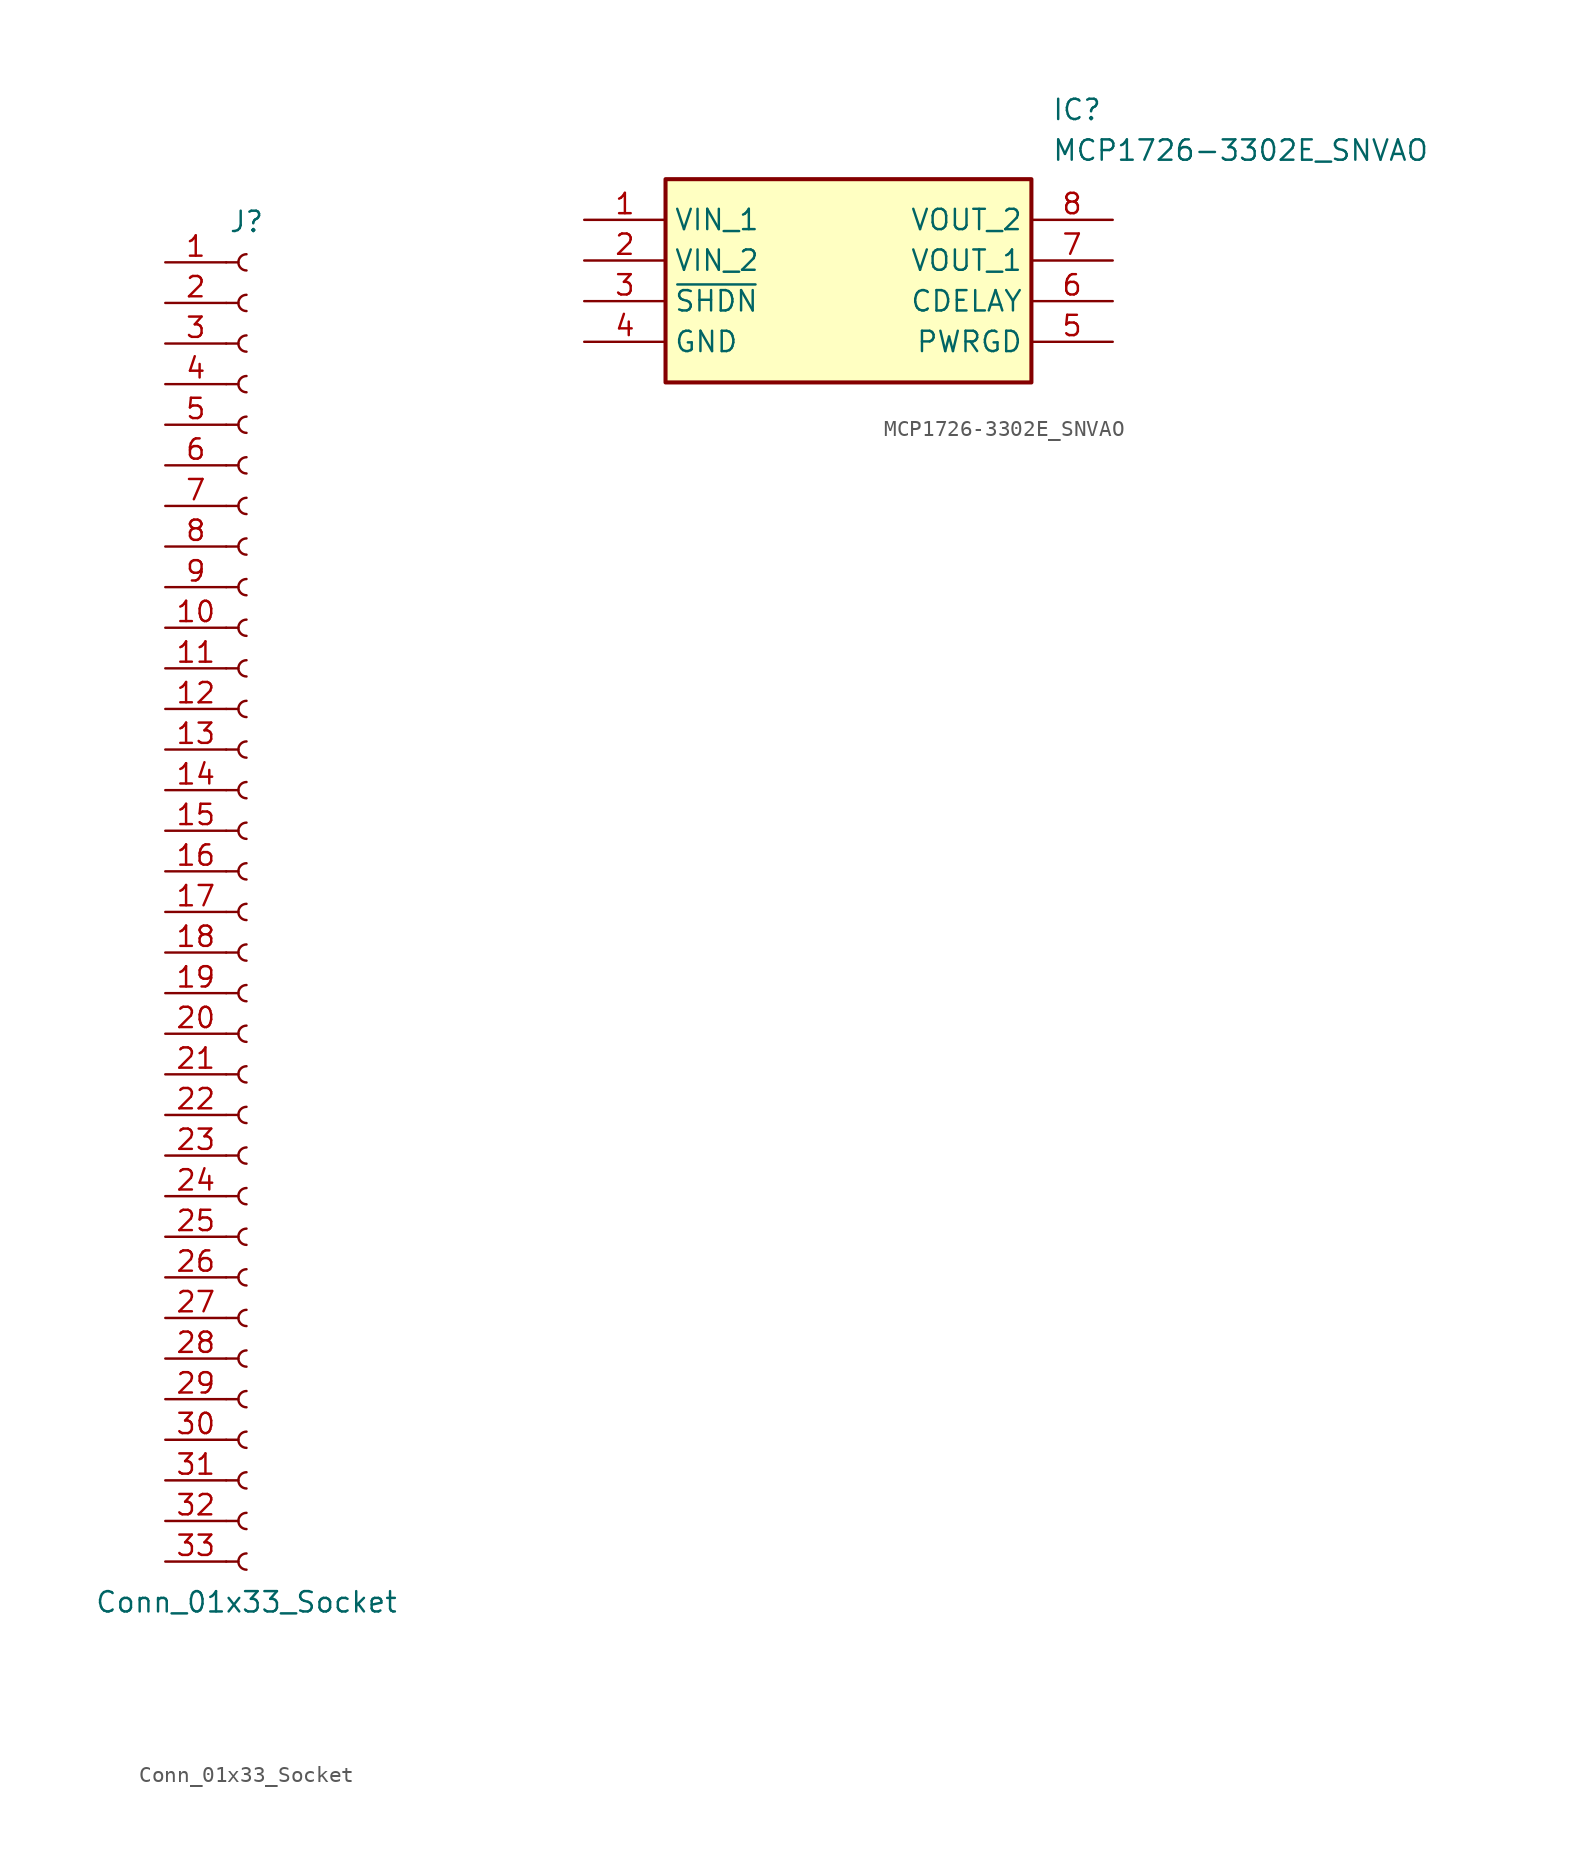
<source format=kicad_sym>
(kicad_symbol_lib
  (version 20231120)
  (generator "kicad_symbol_editor")
  (generator_version "8.0")
  (symbol "Conn_01x33_Socket"
    (pin_names
      (offset 1.016) hide)
    (property "Reference" "J"
      (at 0 43.18 0)
      (effects (font (size 1.27 1.27))))
    (property "Value" "Conn_01x33_Socket"
      (at 0 -43.18 0)
      (effects (font (size 1.27 1.27))))
    (property "ki_locked" ""
      (at 0 0 0)
      (effects (font (size 1.27 1.27))))
    (symbol "Conn_01x33_Socket_1_1"
      (arc (start 0 -40.132) (mid -0.5058 -40.64) (end 0 -41.148) (stroke (width 0.1524) (type default)) (fill (type none)))
      (arc (start 0 -37.592) (mid -0.5058 -38.1) (end 0 -38.608) (stroke (width 0.1524) (type default)) (fill (type none)))
      (arc (start 0 -35.052) (mid -0.5058 -35.56) (end 0 -36.068) (stroke (width 0.1524) (type default)) (fill (type none)))
      (arc (start 0 -32.512) (mid -0.5058 -33.02) (end 0 -33.528) (stroke (width 0.1524) (type default)) (fill (type none)))
      (arc (start 0 -29.972) (mid -0.5058 -30.48) (end 0 -30.988) (stroke (width 0.1524) (type default)) (fill (type none)))
      (arc (start 0 -27.432) (mid -0.5058 -27.94) (end 0 -28.448) (stroke (width 0.1524) (type default)) (fill (type none)))
      (arc (start 0 -24.892) (mid -0.5058 -25.4) (end 0 -25.908) (stroke (width 0.1524) (type default)) (fill (type none)))
      (arc (start 0 -22.352) (mid -0.5058 -22.86) (end 0 -23.368) (stroke (width 0.1524) (type default)) (fill (type none)))
      (arc (start 0 -19.812) (mid -0.5058 -20.32) (end 0 -20.828) (stroke (width 0.1524) (type default)) (fill (type none)))
      (arc (start 0 -17.272) (mid -0.5058 -17.78) (end 0 -18.288) (stroke (width 0.1524) (type default)) (fill (type none)))
      (arc (start 0 -14.732) (mid -0.5058 -15.24) (end 0 -15.748) (stroke (width 0.1524) (type default)) (fill (type none)))
      (arc (start 0 -12.192) (mid -0.5058 -12.7) (end 0 -13.208) (stroke (width 0.1524) (type default)) (fill (type none)))
      (arc (start 0 -9.652) (mid -0.5058 -10.16) (end 0 -10.668) (stroke (width 0.1524) (type default)) (fill (type none)))
      (arc (start 0 -7.112) (mid -0.5058 -7.62) (end 0 -8.128) (stroke (width 0.1524) (type default)) (fill (type none)))
      (arc (start 0 -4.572) (mid -0.5058 -5.08) (end 0 -5.588) (stroke (width 0.1524) (type default)) (fill (type none)))
      (arc (start 0 -2.032) (mid -0.5058 -2.54) (end 0 -3.048) (stroke (width 0.1524) (type default)) (fill (type none)))
      (polyline (pts (xy -1.27 -40.64) (xy -0.508 -40.64)) (stroke (width 0.152) (type default)) (fill (type none)))
      (polyline (pts (xy -1.27 -38.1) (xy -0.508 -38.1)) (stroke (width 0.152) (type default)) (fill (type none)))
      (polyline (pts (xy -1.27 -35.56) (xy -0.508 -35.56)) (stroke (width 0.152) (type default)) (fill (type none)))
      (polyline (pts (xy -1.27 -33.02) (xy -0.508 -33.02)) (stroke (width 0.152) (type default)) (fill (type none)))
      (polyline (pts (xy -1.27 -30.48) (xy -0.508 -30.48)) (stroke (width 0.152) (type default)) (fill (type none)))
      (polyline (pts (xy -1.27 -27.94) (xy -0.508 -27.94)) (stroke (width 0.152) (type default)) (fill (type none)))
      (polyline (pts (xy -1.27 -25.4) (xy -0.508 -25.4)) (stroke (width 0.152) (type default)) (fill (type none)))
      (polyline (pts (xy -1.27 -22.86) (xy -0.508 -22.86)) (stroke (width 0.152) (type default)) (fill (type none)))
      (polyline (pts (xy -1.27 -20.32) (xy -0.508 -20.32)) (stroke (width 0.152) (type default)) (fill (type none)))
      (polyline (pts (xy -1.27 -17.78) (xy -0.508 -17.78)) (stroke (width 0.152) (type default)) (fill (type none)))
      (polyline (pts (xy -1.27 -15.24) (xy -0.508 -15.24)) (stroke (width 0.152) (type default)) (fill (type none)))
      (polyline (pts (xy -1.27 -12.7) (xy -0.508 -12.7)) (stroke (width 0.152) (type default)) (fill (type none)))
      (polyline (pts (xy -1.27 -10.16) (xy -0.508 -10.16)) (stroke (width 0.152) (type default)) (fill (type none)))
      (polyline (pts (xy -1.27 -7.62) (xy -0.508 -7.62)) (stroke (width 0.152) (type default)) (fill (type none)))
      (polyline (pts (xy -1.27 -5.08) (xy -0.508 -5.08)) (stroke (width 0.152) (type default)) (fill (type none)))
      (polyline (pts (xy -1.27 -2.54) (xy -0.508 -2.54)) (stroke (width 0.152) (type default)) (fill (type none)))
      (polyline (pts (xy -1.27 0) (xy -0.508 0)) (stroke (width 0.152) (type default)) (fill (type none)))
      (polyline (pts (xy -1.27 2.54) (xy -0.508 2.54)) (stroke (width 0.152) (type default)) (fill (type none)))
      (polyline (pts (xy -1.27 5.08) (xy -0.508 5.08)) (stroke (width 0.152) (type default)) (fill (type none)))
      (polyline (pts (xy -1.27 7.62) (xy -0.508 7.62)) (stroke (width 0.152) (type default)) (fill (type none)))
      (polyline (pts (xy -1.27 10.16) (xy -0.508 10.16)) (stroke (width 0.152) (type default)) (fill (type none)))
      (polyline (pts (xy -1.27 12.7) (xy -0.508 12.7)) (stroke (width 0.152) (type default)) (fill (type none)))
      (polyline (pts (xy -1.27 15.24) (xy -0.508 15.24)) (stroke (width 0.152) (type default)) (fill (type none)))
      (polyline (pts (xy -1.27 17.78) (xy -0.508 17.78)) (stroke (width 0.152) (type default)) (fill (type none)))
      (polyline (pts (xy -1.27 20.32) (xy -0.508 20.32)) (stroke (width 0.152) (type default)) (fill (type none)))
      (polyline (pts (xy -1.27 22.86) (xy -0.508 22.86)) (stroke (width 0.152) (type default)) (fill (type none)))
      (polyline (pts (xy -1.27 25.4) (xy -0.508 25.4)) (stroke (width 0.152) (type default)) (fill (type none)))
      (polyline (pts (xy -1.27 27.94) (xy -0.508 27.94)) (stroke (width 0.152) (type default)) (fill (type none)))
      (polyline (pts (xy -1.27 30.48) (xy -0.508 30.48)) (stroke (width 0.152) (type default)) (fill (type none)))
      (polyline (pts (xy -1.27 33.02) (xy -0.508 33.02)) (stroke (width 0.152) (type default)) (fill (type none)))
      (polyline (pts (xy -1.27 35.56) (xy -0.508 35.56)) (stroke (width 0.152) (type default)) (fill (type none)))
      (polyline (pts (xy -1.27 38.1) (xy -0.508 38.1)) (stroke (width 0.152) (type default)) (fill (type none)))
      (polyline (pts (xy -1.27 40.64) (xy -0.508 40.64)) (stroke (width 0.152) (type default)) (fill (type none)))
      (arc (start 0 0.508) (mid -0.5058 0) (end 0 -0.508) (stroke (width 0.1524) (type default)) (fill (type none)))
      (arc (start 0 3.048) (mid -0.5058 2.54) (end 0 2.032) (stroke (width 0.1524) (type default)) (fill (type none)))
      (arc (start 0 5.588) (mid -0.5058 5.08) (end 0 4.572) (stroke (width 0.1524) (type default)) (fill (type none)))
      (arc (start 0 8.128) (mid -0.5058 7.62) (end 0 7.112) (stroke (width 0.1524) (type default)) (fill (type none)))
      (arc (start 0 10.668) (mid -0.5058 10.16) (end 0 9.652) (stroke (width 0.1524) (type default)) (fill (type none)))
      (arc (start 0 13.208) (mid -0.5058 12.7) (end 0 12.192) (stroke (width 0.1524) (type default)) (fill (type none)))
      (arc (start 0 15.748) (mid -0.5058 15.24) (end 0 14.732) (stroke (width 0.1524) (type default)) (fill (type none)))
      (arc (start 0 18.288) (mid -0.5058 17.78) (end 0 17.272) (stroke (width 0.1524) (type default)) (fill (type none)))
      (arc (start 0 20.828) (mid -0.5058 20.32) (end 0 19.812) (stroke (width 0.1524) (type default)) (fill (type none)))
      (arc (start 0 23.368) (mid -0.5058 22.86) (end 0 22.352) (stroke (width 0.1524) (type default)) (fill (type none)))
      (arc (start 0 25.908) (mid -0.5058 25.4) (end 0 24.892) (stroke (width 0.1524) (type default)) (fill (type none)))
      (arc (start 0 28.448) (mid -0.5058 27.94) (end 0 27.432) (stroke (width 0.1524) (type default)) (fill (type none)))
      (arc (start 0 30.988) (mid -0.5058 30.48) (end 0 29.972) (stroke (width 0.1524) (type default)) (fill (type none)))
      (arc (start 0 33.528) (mid -0.5058 33.02) (end 0 32.512) (stroke (width 0.1524) (type default)) (fill (type none)))
      (arc (start 0 36.068) (mid -0.5058 35.56) (end 0 35.052) (stroke (width 0.1524) (type default)) (fill (type none)))
      (arc (start 0 38.608) (mid -0.5058 38.1) (end 0 37.592) (stroke (width 0.1524) (type default)) (fill (type none)))
      (arc (start 0 41.148) (mid -0.5058 40.64) (end 0 40.132) (stroke (width 0.1524) (type default)) (fill (type none)))
      (pin passive line (at -5.08 40.64 0) (length 3.81) (name "Pin_1" (effects (font (size 1.27 1.27)))) (number "1" (effects (font (size 1.27 1.27)))))
      (pin passive line (at -5.08 17.78 0) (length 3.81) (name "Pin_10" (effects (font (size 1.27 1.27)))) (number "10" (effects (font (size 1.27 1.27)))))
      (pin passive line (at -5.08 15.24 0) (length 3.81) (name "Pin_11" (effects (font (size 1.27 1.27)))) (number "11" (effects (font (size 1.27 1.27)))))
      (pin passive line (at -5.08 12.7 0) (length 3.81) (name "Pin_12" (effects (font (size 1.27 1.27)))) (number "12" (effects (font (size 1.27 1.27)))))
      (pin passive line (at -5.08 10.16 0) (length 3.81) (name "Pin_13" (effects (font (size 1.27 1.27)))) (number "13" (effects (font (size 1.27 1.27)))))
      (pin passive line (at -5.08 7.62 0) (length 3.81) (name "Pin_14" (effects (font (size 1.27 1.27)))) (number "14" (effects (font (size 1.27 1.27)))))
      (pin passive line (at -5.08 5.08 0) (length 3.81) (name "Pin_15" (effects (font (size 1.27 1.27)))) (number "15" (effects (font (size 1.27 1.27)))))
      (pin passive line (at -5.08 2.54 0) (length 3.81) (name "Pin_16" (effects (font (size 1.27 1.27)))) (number "16" (effects (font (size 1.27 1.27)))))
      (pin passive line (at -5.08 0 0) (length 3.81) (name "Pin_17" (effects (font (size 1.27 1.27)))) (number "17" (effects (font (size 1.27 1.27)))))
      (pin passive line (at -5.08 -2.54 0) (length 3.81) (name "Pin_18" (effects (font (size 1.27 1.27)))) (number "18" (effects (font (size 1.27 1.27)))))
      (pin passive line (at -5.08 -5.08 0) (length 3.81) (name "Pin_19" (effects (font (size 1.27 1.27)))) (number "19" (effects (font (size 1.27 1.27)))))
      (pin passive line (at -5.08 38.1 0) (length 3.81) (name "Pin_2" (effects (font (size 1.27 1.27)))) (number "2" (effects (font (size 1.27 1.27)))))
      (pin passive line (at -5.08 -7.62 0) (length 3.81) (name "Pin_20" (effects (font (size 1.27 1.27)))) (number "20" (effects (font (size 1.27 1.27)))))
      (pin passive line (at -5.08 -10.16 0) (length 3.81) (name "Pin_21" (effects (font (size 1.27 1.27)))) (number "21" (effects (font (size 1.27 1.27)))))
      (pin passive line (at -5.08 -12.7 0) (length 3.81) (name "Pin_22" (effects (font (size 1.27 1.27)))) (number "22" (effects (font (size 1.27 1.27)))))
      (pin passive line (at -5.08 -15.24 0) (length 3.81) (name "Pin_23" (effects (font (size 1.27 1.27)))) (number "23" (effects (font (size 1.27 1.27)))))
      (pin passive line (at -5.08 -17.78 0) (length 3.81) (name "Pin_24" (effects (font (size 1.27 1.27)))) (number "24" (effects (font (size 1.27 1.27)))))
      (pin passive line (at -5.08 -20.32 0) (length 3.81) (name "Pin_25" (effects (font (size 1.27 1.27)))) (number "25" (effects (font (size 1.27 1.27)))))
      (pin passive line (at -5.08 -22.86 0) (length 3.81) (name "Pin_26" (effects (font (size 1.27 1.27)))) (number "26" (effects (font (size 1.27 1.27)))))
      (pin passive line (at -5.08 -25.4 0) (length 3.81) (name "Pin_27" (effects (font (size 1.27 1.27)))) (number "27" (effects (font (size 1.27 1.27)))))
      (pin passive line (at -5.08 -27.94 0) (length 3.81) (name "Pin_28" (effects (font (size 1.27 1.27)))) (number "28" (effects (font (size 1.27 1.27)))))
      (pin passive line (at -5.08 -30.48 0) (length 3.81) (name "Pin_29" (effects (font (size 1.27 1.27)))) (number "29" (effects (font (size 1.27 1.27)))))
      (pin passive line (at -5.08 35.56 0) (length 3.81) (name "Pin_3" (effects (font (size 1.27 1.27)))) (number "3" (effects (font (size 1.27 1.27)))))
      (pin passive line (at -5.08 -33.02 0) (length 3.81) (name "Pin_30" (effects (font (size 1.27 1.27)))) (number "30" (effects (font (size 1.27 1.27)))))
      (pin passive line (at -5.08 -35.56 0) (length 3.81) (name "Pin_31" (effects (font (size 1.27 1.27)))) (number "31" (effects (font (size 1.27 1.27)))))
      (pin passive line (at -5.08 -38.1 0) (length 3.81) (name "Pin_32" (effects (font (size 1.27 1.27)))) (number "32" (effects (font (size 1.27 1.27)))))
      (pin passive line (at -5.08 -40.64 0) (length 3.81) (name "Pin_33" (effects (font (size 1.27 1.27)))) (number "33" (effects (font (size 1.27 1.27)))))
      (pin passive line (at -5.08 33.02 0) (length 3.81) (name "Pin_4" (effects (font (size 1.27 1.27)))) (number "4" (effects (font (size 1.27 1.27)))))
      (pin passive line (at -5.08 30.48 0) (length 3.81) (name "Pin_5" (effects (font (size 1.27 1.27)))) (number "5" (effects (font (size 1.27 1.27)))))
      (pin passive line (at -5.08 27.94 0) (length 3.81) (name "Pin_6" (effects (font (size 1.27 1.27)))) (number "6" (effects (font (size 1.27 1.27)))))
      (pin passive line (at -5.08 25.4 0) (length 3.81) (name "Pin_7" (effects (font (size 1.27 1.27)))) (number "7" (effects (font (size 1.27 1.27)))))
      (pin passive line (at -5.08 22.86 0) (length 3.81) (name "Pin_8" (effects (font (size 1.27 1.27)))) (number "8" (effects (font (size 1.27 1.27)))))
      (pin passive line (at -5.08 20.32 0) (length 3.81) (name "Pin_9" (effects (font (size 1.27 1.27)))) (number "9" (effects (font (size 1.27 1.27)))))))
  (symbol "MCP1726-3302E_SNVAO"
    (property "Reference" "IC"
      (at 29.21 7.62 0)
      (effects (font (size 1.27 1.27)) (justify left top)))
    (property "Value" "MCP1726-3302E_SNVAO"
      (at 29.21 5.08 0)
      (effects (font (size 1.27 1.27)) (justify left top)))
    (symbol "MCP1726-3302E_SNVAO_1_1"
      (rectangle (start 5.08 2.54) (end 27.94 -10.16) (stroke (width 0.254) (type default)) (fill (type background)))
      (pin passive line (at 0 0 0) (length 5.08) (name "VIN_1" (effects (font (size 1.27 1.27)))) (number "1" (effects (font (size 1.27 1.27)))))
      (pin passive line (at 0 -2.54 0) (length 5.08) (name "VIN_2" (effects (font (size 1.27 1.27)))) (number "2" (effects (font (size 1.27 1.27)))))
      (pin passive line (at 0 -5.08 0) (length 5.08) (name "~{SHDN}" (effects (font (size 1.27 1.27)))) (number "3" (effects (font (size 1.27 1.27)))))
      (pin passive line (at 0 -7.62 0) (length 5.08) (name "GND" (effects (font (size 1.27 1.27)))) (number "4" (effects (font (size 1.27 1.27)))))
      (pin passive line (at 33.02 -7.62 180) (length 5.08) (name "PWRGD" (effects (font (size 1.27 1.27)))) (number "5" (effects (font (size 1.27 1.27)))))
      (pin passive line (at 33.02 -5.08 180) (length 5.08) (name "CDELAY" (effects (font (size 1.27 1.27)))) (number "6" (effects (font (size 1.27 1.27)))))
      (pin passive line (at 33.02 -2.54 180) (length 5.08) (name "VOUT_1" (effects (font (size 1.27 1.27)))) (number "7" (effects (font (size 1.27 1.27)))))
      (pin passive line (at 33.02 0 180) (length 5.08) (name "VOUT_2" (effects (font (size 1.27 1.27)))) (number "8" (effects (font (size 1.27 1.27))))))))
</source>
